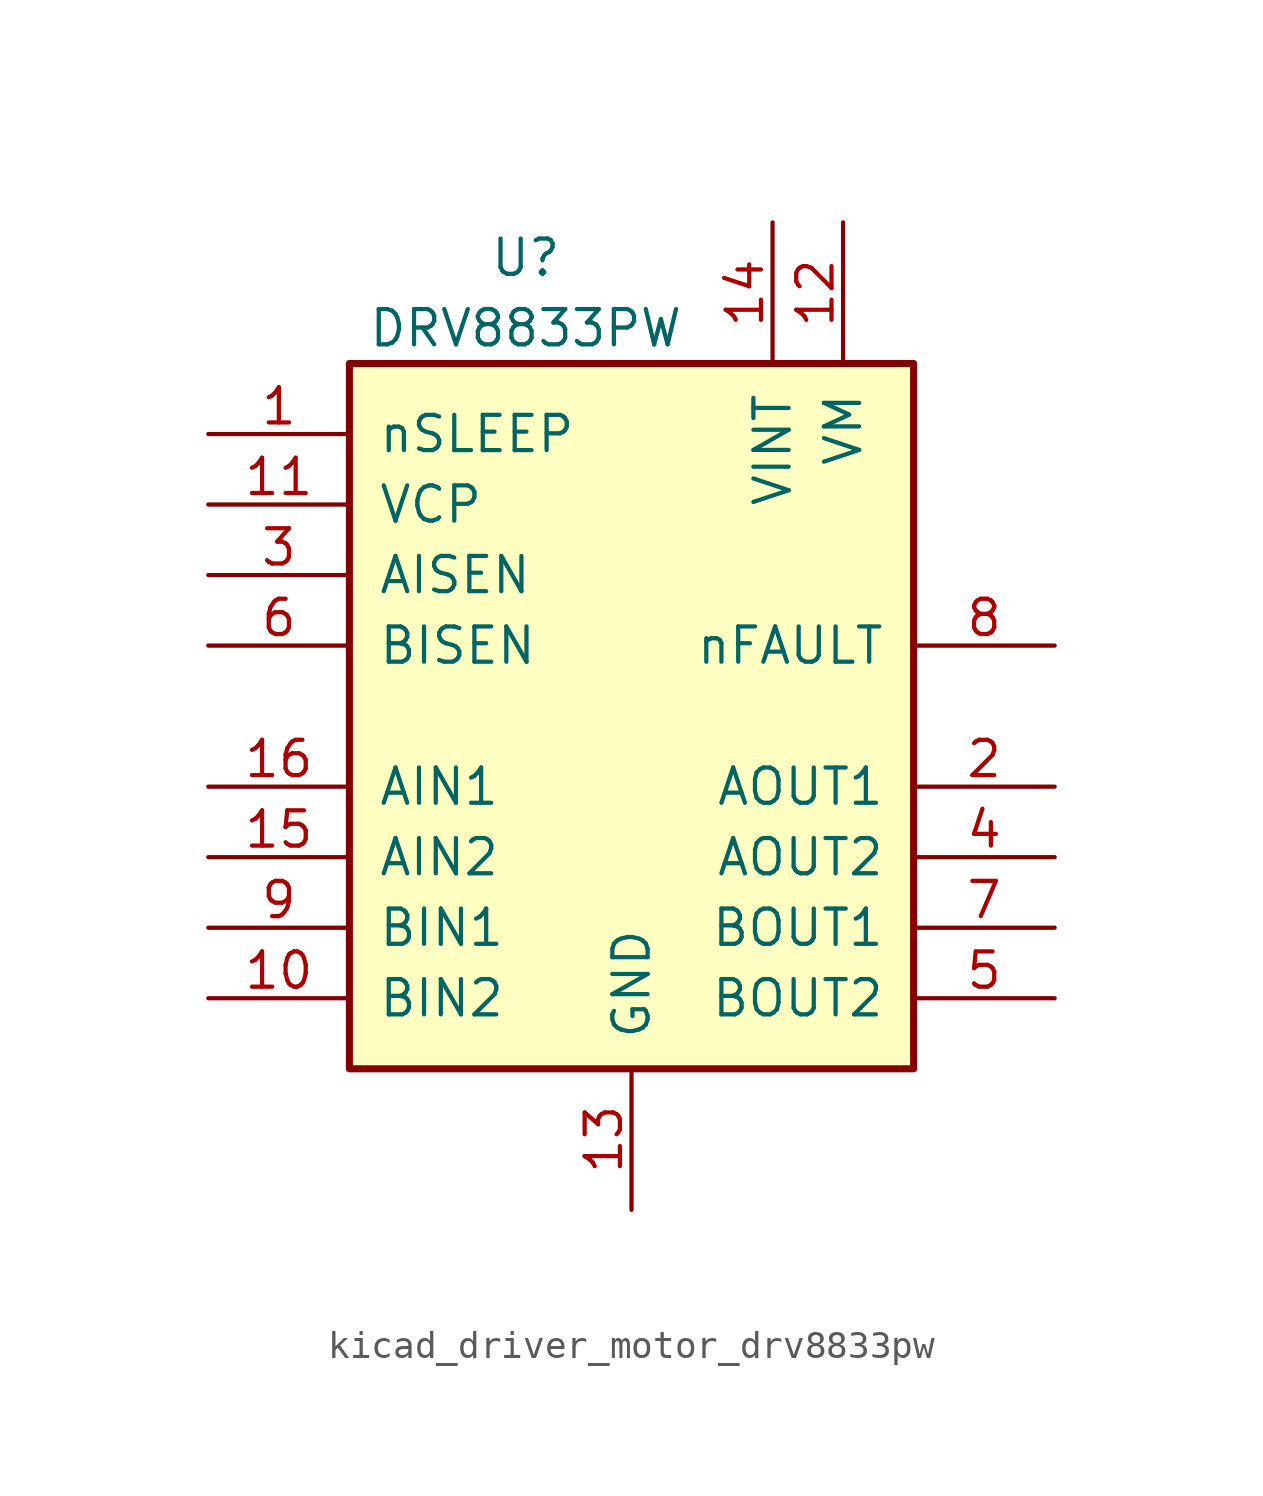
<source format=kicad_sym>
(kicad_symbol_lib
  (version 20220914)
  (generator kicad_symbol_editor)
  (symbol "kicad_driver_motor_drv8833pw"
    (pin_names
      (offset 1.016))
    (property "Reference" "U"
      (at -3.81 16.51 0)
      (effects (font (size 1.27 1.27))))
    (property "Value" "DRV8833PW"
      (at -3.81 13.97 0)
      (effects (font (size 1.27 1.27))))
    (symbol "kicad_driver_motor_drv8833pw_0_1"
      (rectangle (start -10.16 12.7) (end 10.16 -12.7) (stroke (width 0.254) (type default)) (fill (type background))))
    (symbol "kicad_driver_motor_drv8833pw_1_1"
      (pin input line (at -15.24 10.16 0) (length 5.08) (name "nSLEEP" (effects (font (size 1.27 1.27)))) (number "1" (effects (font (size 1.27 1.27)))))
      (pin input line (at -15.24 -10.16 0) (length 5.08) (name "BIN2" (effects (font (size 1.27 1.27)))) (number "10" (effects (font (size 1.27 1.27)))))
      (pin bidirectional line (at -15.24 7.62 0) (length 5.08) (name "VCP" (effects (font (size 1.27 1.27)))) (number "11" (effects (font (size 1.27 1.27)))))
      (pin power_in line (at 7.62 17.78 270) (length 5.08) (name "VM" (effects (font (size 1.27 1.27)))) (number "12" (effects (font (size 1.27 1.27)))))
      (pin power_in line (at 0 -17.78 90) (length 5.08) (name "GND" (effects (font (size 1.27 1.27)))) (number "13" (effects (font (size 1.27 1.27)))))
      (pin power_in line (at 5.08 17.78 270) (length 5.08) (name "VINT" (effects (font (size 1.27 1.27)))) (number "14" (effects (font (size 1.27 1.27)))))
      (pin input line (at -15.24 -5.08 0) (length 5.08) (name "AIN2" (effects (font (size 1.27 1.27)))) (number "15" (effects (font (size 1.27 1.27)))))
      (pin input line (at -15.24 -2.54 0) (length 5.08) (name "AIN1" (effects (font (size 1.27 1.27)))) (number "16" (effects (font (size 1.27 1.27)))))
      (pin power_out line (at 15.24 -2.54 180) (length 5.08) (name "AOUT1" (effects (font (size 1.27 1.27)))) (number "2" (effects (font (size 1.27 1.27)))))
      (pin bidirectional line (at -15.24 5.08 0) (length 5.08) (name "AISEN" (effects (font (size 1.27 1.27)))) (number "3" (effects (font (size 1.27 1.27)))))
      (pin power_out line (at 15.24 -5.08 180) (length 5.08) (name "AOUT2" (effects (font (size 1.27 1.27)))) (number "4" (effects (font (size 1.27 1.27)))))
      (pin power_out line (at 15.24 -10.16 180) (length 5.08) (name "BOUT2" (effects (font (size 1.27 1.27)))) (number "5" (effects (font (size 1.27 1.27)))))
      (pin bidirectional line (at -15.24 2.54 0) (length 5.08) (name "BISEN" (effects (font (size 1.27 1.27)))) (number "6" (effects (font (size 1.27 1.27)))))
      (pin power_out line (at 15.24 -7.62 180) (length 5.08) (name "BOUT1" (effects (font (size 1.27 1.27)))) (number "7" (effects (font (size 1.27 1.27)))))
      (pin open_collector line (at 15.24 2.54 180) (length 5.08) (name "nFAULT" (effects (font (size 1.27 1.27)))) (number "8" (effects (font (size 1.27 1.27)))))
      (pin input line (at -15.24 -7.62 0) (length 5.08) (name "BIN1" (effects (font (size 1.27 1.27)))) (number "9" (effects (font (size 1.27 1.27))))))))
</source>
